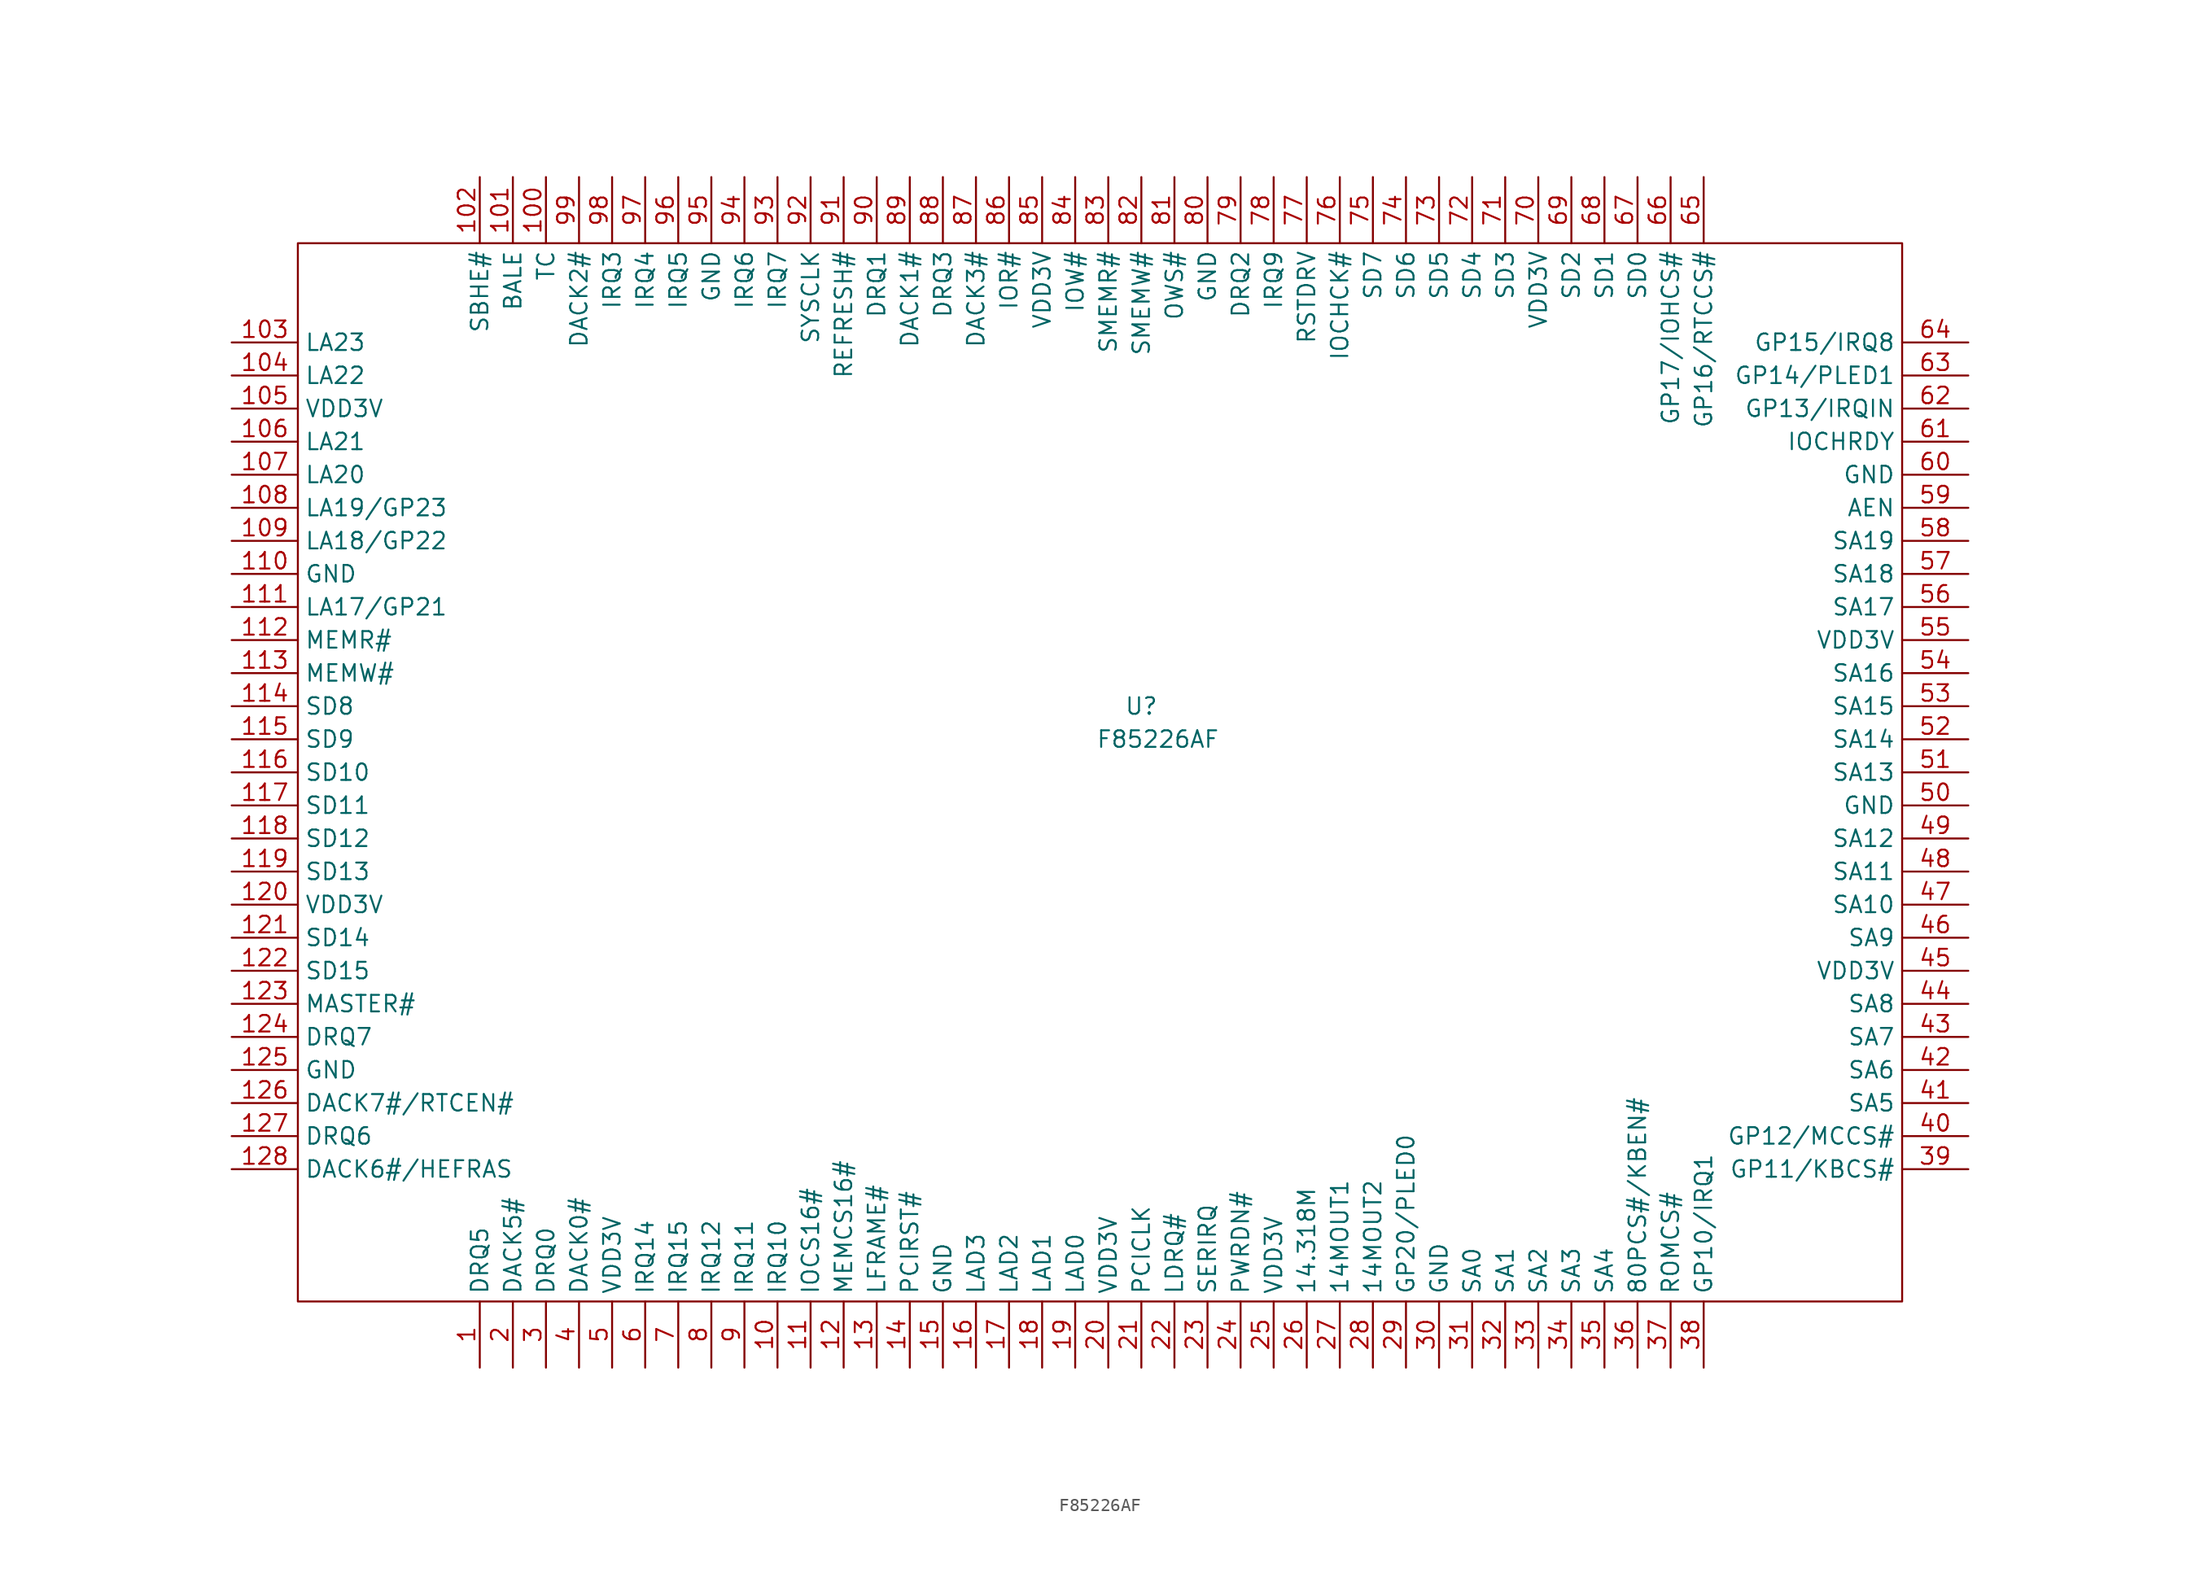
<source format=kicad_sym>
(kicad_symbol_lib
  (version 20211014)
  (generator kicad_symbol_editor)
  (symbol "F85226AF"
    (property "Reference" "U"
      (at -1.27 2.54 0)
      (effects (font (size 1.27 1.27))))
    (property "Value" "F85226AF"
      (at 0 0 0)
      (effects (font (size 1.27 1.27))))
    (symbol "F85226AF_0_0"
      (pin unspecified line (at -52.07 -48.26 90) (length 5.08) (name "DRQ5" (effects (font (size 1.27 1.27)))) (number "1" (effects (font (size 1.27 1.27)))))
      (pin unspecified line (at -29.21 -48.26 90) (length 5.08) (name "IRQ10" (effects (font (size 1.27 1.27)))) (number "10" (effects (font (size 1.27 1.27)))))
      (pin unspecified line (at -46.99 43.18 270) (length 5.08) (name "TC" (effects (font (size 1.27 1.27)))) (number "100" (effects (font (size 1.27 1.27)))))
      (pin unspecified line (at -49.53 43.18 270) (length 5.08) (name "BALE" (effects (font (size 1.27 1.27)))) (number "101" (effects (font (size 1.27 1.27)))))
      (pin unspecified line (at -52.07 43.18 270) (length 5.08) (name "SBHE#" (effects (font (size 1.27 1.27)))) (number "102" (effects (font (size 1.27 1.27)))))
      (pin unspecified line (at -71.12 30.48 0) (length 5.08) (name "LA23" (effects (font (size 1.27 1.27)))) (number "103" (effects (font (size 1.27 1.27)))))
      (pin unspecified line (at -71.12 27.94 0) (length 5.08) (name "LA22" (effects (font (size 1.27 1.27)))) (number "104" (effects (font (size 1.27 1.27)))))
      (pin unspecified line (at -71.12 25.4 0) (length 5.08) (name "VDD3V" (effects (font (size 1.27 1.27)))) (number "105" (effects (font (size 1.27 1.27)))))
      (pin unspecified line (at -71.12 22.86 0) (length 5.08) (name "LA21" (effects (font (size 1.27 1.27)))) (number "106" (effects (font (size 1.27 1.27)))))
      (pin unspecified line (at -71.12 20.32 0) (length 5.08) (name "LA20" (effects (font (size 1.27 1.27)))) (number "107" (effects (font (size 1.27 1.27)))))
      (pin unspecified line (at -71.12 17.78 0) (length 5.08) (name "LA19/GP23" (effects (font (size 1.27 1.27)))) (number "108" (effects (font (size 1.27 1.27)))))
      (pin unspecified line (at -71.12 15.24 0) (length 5.08) (name "LA18/GP22" (effects (font (size 1.27 1.27)))) (number "109" (effects (font (size 1.27 1.27)))))
      (pin unspecified line (at -26.67 -48.26 90) (length 5.08) (name "IOCS16#" (effects (font (size 1.27 1.27)))) (number "11" (effects (font (size 1.27 1.27)))))
      (pin unspecified line (at -71.12 12.7 0) (length 5.08) (name "GND" (effects (font (size 1.27 1.27)))) (number "110" (effects (font (size 1.27 1.27)))))
      (pin unspecified line (at -71.12 10.16 0) (length 5.08) (name "LA17/GP21" (effects (font (size 1.27 1.27)))) (number "111" (effects (font (size 1.27 1.27)))))
      (pin unspecified line (at -71.12 7.62 0) (length 5.08) (name "MEMR#" (effects (font (size 1.27 1.27)))) (number "112" (effects (font (size 1.27 1.27)))))
      (pin unspecified line (at -71.12 5.08 0) (length 5.08) (name "MEMW#" (effects (font (size 1.27 1.27)))) (number "113" (effects (font (size 1.27 1.27)))))
      (pin unspecified line (at -71.12 2.54 0) (length 5.08) (name "SD8" (effects (font (size 1.27 1.27)))) (number "114" (effects (font (size 1.27 1.27)))))
      (pin unspecified line (at -71.12 0 0) (length 5.08) (name "SD9" (effects (font (size 1.27 1.27)))) (number "115" (effects (font (size 1.27 1.27)))))
      (pin unspecified line (at -71.12 -2.54 0) (length 5.08) (name "SD10" (effects (font (size 1.27 1.27)))) (number "116" (effects (font (size 1.27 1.27)))))
      (pin unspecified line (at -71.12 -5.08 0) (length 5.08) (name "SD11" (effects (font (size 1.27 1.27)))) (number "117" (effects (font (size 1.27 1.27)))))
      (pin unspecified line (at -71.12 -7.62 0) (length 5.08) (name "SD12" (effects (font (size 1.27 1.27)))) (number "118" (effects (font (size 1.27 1.27)))))
      (pin unspecified line (at -71.12 -10.16 0) (length 5.08) (name "SD13" (effects (font (size 1.27 1.27)))) (number "119" (effects (font (size 1.27 1.27)))))
      (pin unspecified line (at -24.13 -48.26 90) (length 5.08) (name "MEMCS16#" (effects (font (size 1.27 1.27)))) (number "12" (effects (font (size 1.27 1.27)))))
      (pin unspecified line (at -71.12 -12.7 0) (length 5.08) (name "VDD3V" (effects (font (size 1.27 1.27)))) (number "120" (effects (font (size 1.27 1.27)))))
      (pin unspecified line (at -71.12 -15.24 0) (length 5.08) (name "SD14" (effects (font (size 1.27 1.27)))) (number "121" (effects (font (size 1.27 1.27)))))
      (pin unspecified line (at -71.12 -17.78 0) (length 5.08) (name "SD15" (effects (font (size 1.27 1.27)))) (number "122" (effects (font (size 1.27 1.27)))))
      (pin unspecified line (at -71.12 -20.32 0) (length 5.08) (name "MASTER#" (effects (font (size 1.27 1.27)))) (number "123" (effects (font (size 1.27 1.27)))))
      (pin unspecified line (at -71.12 -22.86 0) (length 5.08) (name "DRQ7" (effects (font (size 1.27 1.27)))) (number "124" (effects (font (size 1.27 1.27)))))
      (pin unspecified line (at -71.12 -25.4 0) (length 5.08) (name "GND" (effects (font (size 1.27 1.27)))) (number "125" (effects (font (size 1.27 1.27)))))
      (pin unspecified line (at -71.12 -27.94 0) (length 5.08) (name "DACK7#/RTCEN#" (effects (font (size 1.27 1.27)))) (number "126" (effects (font (size 1.27 1.27)))))
      (pin unspecified line (at -71.12 -30.48 0) (length 5.08) (name "DRQ6" (effects (font (size 1.27 1.27)))) (number "127" (effects (font (size 1.27 1.27)))))
      (pin unspecified line (at -71.12 -33.02 0) (length 5.08) (name "DACK6#/HEFRAS" (effects (font (size 1.27 1.27)))) (number "128" (effects (font (size 1.27 1.27)))))
      (pin unspecified line (at -21.59 -48.26 90) (length 5.08) (name "LFRAME#" (effects (font (size 1.27 1.27)))) (number "13" (effects (font (size 1.27 1.27)))))
      (pin unspecified line (at -19.05 -48.26 90) (length 5.08) (name "PCIRST#" (effects (font (size 1.27 1.27)))) (number "14" (effects (font (size 1.27 1.27)))))
      (pin unspecified line (at -16.51 -48.26 90) (length 5.08) (name "GND" (effects (font (size 1.27 1.27)))) (number "15" (effects (font (size 1.27 1.27)))))
      (pin unspecified line (at -13.97 -48.26 90) (length 5.08) (name "LAD3" (effects (font (size 1.27 1.27)))) (number "16" (effects (font (size 1.27 1.27)))))
      (pin unspecified line (at -11.43 -48.26 90) (length 5.08) (name "LAD2" (effects (font (size 1.27 1.27)))) (number "17" (effects (font (size 1.27 1.27)))))
      (pin unspecified line (at -8.89 -48.26 90) (length 5.08) (name "LAD1" (effects (font (size 1.27 1.27)))) (number "18" (effects (font (size 1.27 1.27)))))
      (pin unspecified line (at -6.35 -48.26 90) (length 5.08) (name "LAD0" (effects (font (size 1.27 1.27)))) (number "19" (effects (font (size 1.27 1.27)))))
      (pin unspecified line (at -49.53 -48.26 90) (length 5.08) (name "DACK5#" (effects (font (size 1.27 1.27)))) (number "2" (effects (font (size 1.27 1.27)))))
      (pin unspecified line (at -3.81 -48.26 90) (length 5.08) (name "VDD3V" (effects (font (size 1.27 1.27)))) (number "20" (effects (font (size 1.27 1.27)))))
      (pin unspecified line (at -1.27 -48.26 90) (length 5.08) (name "PCICLK" (effects (font (size 1.27 1.27)))) (number "21" (effects (font (size 1.27 1.27)))))
      (pin unspecified line (at 1.27 -48.26 90) (length 5.08) (name "LDRQ#" (effects (font (size 1.27 1.27)))) (number "22" (effects (font (size 1.27 1.27)))))
      (pin unspecified line (at 3.81 -48.26 90) (length 5.08) (name "SERIRQ" (effects (font (size 1.27 1.27)))) (number "23" (effects (font (size 1.27 1.27)))))
      (pin unspecified line (at 6.35 -48.26 90) (length 5.08) (name "PWRDN#" (effects (font (size 1.27 1.27)))) (number "24" (effects (font (size 1.27 1.27)))))
      (pin unspecified line (at 8.89 -48.26 90) (length 5.08) (name "VDD3V" (effects (font (size 1.27 1.27)))) (number "25" (effects (font (size 1.27 1.27)))))
      (pin unspecified line (at 11.43 -48.26 90) (length 5.08) (name "14.318M" (effects (font (size 1.27 1.27)))) (number "26" (effects (font (size 1.27 1.27)))))
      (pin unspecified line (at 13.97 -48.26 90) (length 5.08) (name "14MOUT1" (effects (font (size 1.27 1.27)))) (number "27" (effects (font (size 1.27 1.27)))))
      (pin unspecified line (at 16.51 -48.26 90) (length 5.08) (name "14MOUT2" (effects (font (size 1.27 1.27)))) (number "28" (effects (font (size 1.27 1.27)))))
      (pin unspecified line (at 19.05 -48.26 90) (length 5.08) (name "GP20/PLED0" (effects (font (size 1.27 1.27)))) (number "29" (effects (font (size 1.27 1.27)))))
      (pin unspecified line (at -46.99 -48.26 90) (length 5.08) (name "DRQ0" (effects (font (size 1.27 1.27)))) (number "3" (effects (font (size 1.27 1.27)))))
      (pin unspecified line (at 21.59 -48.26 90) (length 5.08) (name "GND" (effects (font (size 1.27 1.27)))) (number "30" (effects (font (size 1.27 1.27)))))
      (pin unspecified line (at 24.13 -48.26 90) (length 5.08) (name "SA0" (effects (font (size 1.27 1.27)))) (number "31" (effects (font (size 1.27 1.27)))))
      (pin unspecified line (at 26.67 -48.26 90) (length 5.08) (name "SA1" (effects (font (size 1.27 1.27)))) (number "32" (effects (font (size 1.27 1.27)))))
      (pin unspecified line (at 29.21 -48.26 90) (length 5.08) (name "SA2" (effects (font (size 1.27 1.27)))) (number "33" (effects (font (size 1.27 1.27)))))
      (pin unspecified line (at 31.75 -48.26 90) (length 5.08) (name "SA3" (effects (font (size 1.27 1.27)))) (number "34" (effects (font (size 1.27 1.27)))))
      (pin unspecified line (at 34.29 -48.26 90) (length 5.08) (name "SA4" (effects (font (size 1.27 1.27)))) (number "35" (effects (font (size 1.27 1.27)))))
      (pin unspecified line (at 36.83 -48.26 90) (length 5.08) (name "80PCS#/KBEN#" (effects (font (size 1.27 1.27)))) (number "36" (effects (font (size 1.27 1.27)))))
      (pin unspecified line (at 39.37 -48.26 90) (length 5.08) (name "ROMCS#" (effects (font (size 1.27 1.27)))) (number "37" (effects (font (size 1.27 1.27)))))
      (pin unspecified line (at 41.91 -48.26 90) (length 5.08) (name "GP10/IRQ1" (effects (font (size 1.27 1.27)))) (number "38" (effects (font (size 1.27 1.27)))))
      (pin unspecified line (at 62.23 -33.02 180) (length 5.08) (name "GP11/KBCS#" (effects (font (size 1.27 1.27)))) (number "39" (effects (font (size 1.27 1.27)))))
      (pin unspecified line (at -44.45 -48.26 90) (length 5.08) (name "DACK0#" (effects (font (size 1.27 1.27)))) (number "4" (effects (font (size 1.27 1.27)))))
      (pin unspecified line (at 62.23 -30.48 180) (length 5.08) (name "GP12/MCCS#" (effects (font (size 1.27 1.27)))) (number "40" (effects (font (size 1.27 1.27)))))
      (pin unspecified line (at 62.23 -27.94 180) (length 5.08) (name "SA5" (effects (font (size 1.27 1.27)))) (number "41" (effects (font (size 1.27 1.27)))))
      (pin unspecified line (at 62.23 -25.4 180) (length 5.08) (name "SA6" (effects (font (size 1.27 1.27)))) (number "42" (effects (font (size 1.27 1.27)))))
      (pin unspecified line (at 62.23 -22.86 180) (length 5.08) (name "SA7" (effects (font (size 1.27 1.27)))) (number "43" (effects (font (size 1.27 1.27)))))
      (pin unspecified line (at 62.23 -20.32 180) (length 5.08) (name "SA8" (effects (font (size 1.27 1.27)))) (number "44" (effects (font (size 1.27 1.27)))))
      (pin unspecified line (at 62.23 -17.78 180) (length 5.08) (name "VDD3V" (effects (font (size 1.27 1.27)))) (number "45" (effects (font (size 1.27 1.27)))))
      (pin unspecified line (at 62.23 -15.24 180) (length 5.08) (name "SA9" (effects (font (size 1.27 1.27)))) (number "46" (effects (font (size 1.27 1.27)))))
      (pin unspecified line (at 62.23 -12.7 180) (length 5.08) (name "SA10" (effects (font (size 1.27 1.27)))) (number "47" (effects (font (size 1.27 1.27)))))
      (pin unspecified line (at 62.23 -10.16 180) (length 5.08) (name "SA11" (effects (font (size 1.27 1.27)))) (number "48" (effects (font (size 1.27 1.27)))))
      (pin unspecified line (at 62.23 -7.62 180) (length 5.08) (name "SA12" (effects (font (size 1.27 1.27)))) (number "49" (effects (font (size 1.27 1.27)))))
      (pin unspecified line (at -41.91 -48.26 90) (length 5.08) (name "VDD3V" (effects (font (size 1.27 1.27)))) (number "5" (effects (font (size 1.27 1.27)))))
      (pin unspecified line (at 62.23 -5.08 180) (length 5.08) (name "GND" (effects (font (size 1.27 1.27)))) (number "50" (effects (font (size 1.27 1.27)))))
      (pin unspecified line (at 62.23 -2.54 180) (length 5.08) (name "SA13" (effects (font (size 1.27 1.27)))) (number "51" (effects (font (size 1.27 1.27)))))
      (pin unspecified line (at 62.23 0 180) (length 5.08) (name "SA14" (effects (font (size 1.27 1.27)))) (number "52" (effects (font (size 1.27 1.27)))))
      (pin unspecified line (at 62.23 2.54 180) (length 5.08) (name "SA15" (effects (font (size 1.27 1.27)))) (number "53" (effects (font (size 1.27 1.27)))))
      (pin unspecified line (at 62.23 5.08 180) (length 5.08) (name "SA16" (effects (font (size 1.27 1.27)))) (number "54" (effects (font (size 1.27 1.27)))))
      (pin unspecified line (at 62.23 7.62 180) (length 5.08) (name "VDD3V" (effects (font (size 1.27 1.27)))) (number "55" (effects (font (size 1.27 1.27)))))
      (pin unspecified line (at 62.23 10.16 180) (length 5.08) (name "SA17" (effects (font (size 1.27 1.27)))) (number "56" (effects (font (size 1.27 1.27)))))
      (pin unspecified line (at 62.23 12.7 180) (length 5.08) (name "SA18" (effects (font (size 1.27 1.27)))) (number "57" (effects (font (size 1.27 1.27)))))
      (pin unspecified line (at 62.23 15.24 180) (length 5.08) (name "SA19" (effects (font (size 1.27 1.27)))) (number "58" (effects (font (size 1.27 1.27)))))
      (pin unspecified line (at 62.23 17.78 180) (length 5.08) (name "AEN" (effects (font (size 1.27 1.27)))) (number "59" (effects (font (size 1.27 1.27)))))
      (pin unspecified line (at -39.37 -48.26 90) (length 5.08) (name "IRQ14" (effects (font (size 1.27 1.27)))) (number "6" (effects (font (size 1.27 1.27)))))
      (pin unspecified line (at 62.23 20.32 180) (length 5.08) (name "GND" (effects (font (size 1.27 1.27)))) (number "60" (effects (font (size 1.27 1.27)))))
      (pin unspecified line (at 62.23 22.86 180) (length 5.08) (name "IOCHRDY" (effects (font (size 1.27 1.27)))) (number "61" (effects (font (size 1.27 1.27)))))
      (pin unspecified line (at 62.23 25.4 180) (length 5.08) (name "GP13/IRQIN" (effects (font (size 1.27 1.27)))) (number "62" (effects (font (size 1.27 1.27)))))
      (pin unspecified line (at 62.23 27.94 180) (length 5.08) (name "GP14/PLED1" (effects (font (size 1.27 1.27)))) (number "63" (effects (font (size 1.27 1.27)))))
      (pin unspecified line (at 62.23 30.48 180) (length 5.08) (name "GP15/IRQ8" (effects (font (size 1.27 1.27)))) (number "64" (effects (font (size 1.27 1.27)))))
      (pin unspecified line (at 41.91 43.18 270) (length 5.08) (name "GP16/RTCCS#" (effects (font (size 1.27 1.27)))) (number "65" (effects (font (size 1.27 1.27)))))
      (pin unspecified line (at 39.37 43.18 270) (length 5.08) (name "GP17/IOHCS#" (effects (font (size 1.27 1.27)))) (number "66" (effects (font (size 1.27 1.27)))))
      (pin unspecified line (at 36.83 43.18 270) (length 5.08) (name "SD0" (effects (font (size 1.27 1.27)))) (number "67" (effects (font (size 1.27 1.27)))))
      (pin unspecified line (at 34.29 43.18 270) (length 5.08) (name "SD1" (effects (font (size 1.27 1.27)))) (number "68" (effects (font (size 1.27 1.27)))))
      (pin unspecified line (at 31.75 43.18 270) (length 5.08) (name "SD2" (effects (font (size 1.27 1.27)))) (number "69" (effects (font (size 1.27 1.27)))))
      (pin unspecified line (at -36.83 -48.26 90) (length 5.08) (name "IRQ15" (effects (font (size 1.27 1.27)))) (number "7" (effects (font (size 1.27 1.27)))))
      (pin unspecified line (at 29.21 43.18 270) (length 5.08) (name "VDD3V" (effects (font (size 1.27 1.27)))) (number "70" (effects (font (size 1.27 1.27)))))
      (pin unspecified line (at 26.67 43.18 270) (length 5.08) (name "SD3" (effects (font (size 1.27 1.27)))) (number "71" (effects (font (size 1.27 1.27)))))
      (pin unspecified line (at 24.13 43.18 270) (length 5.08) (name "SD4" (effects (font (size 1.27 1.27)))) (number "72" (effects (font (size 1.27 1.27)))))
      (pin unspecified line (at 21.59 43.18 270) (length 5.08) (name "SD5" (effects (font (size 1.27 1.27)))) (number "73" (effects (font (size 1.27 1.27)))))
      (pin unspecified line (at 19.05 43.18 270) (length 5.08) (name "SD6" (effects (font (size 1.27 1.27)))) (number "74" (effects (font (size 1.27 1.27)))))
      (pin unspecified line (at 16.51 43.18 270) (length 5.08) (name "SD7" (effects (font (size 1.27 1.27)))) (number "75" (effects (font (size 1.27 1.27)))))
      (pin unspecified line (at 13.97 43.18 270) (length 5.08) (name "IOCHCK#" (effects (font (size 1.27 1.27)))) (number "76" (effects (font (size 1.27 1.27)))))
      (pin unspecified line (at 11.43 43.18 270) (length 5.08) (name "RSTDRV" (effects (font (size 1.27 1.27)))) (number "77" (effects (font (size 1.27 1.27)))))
      (pin unspecified line (at 8.89 43.18 270) (length 5.08) (name "IRQ9" (effects (font (size 1.27 1.27)))) (number "78" (effects (font (size 1.27 1.27)))))
      (pin unspecified line (at 6.35 43.18 270) (length 5.08) (name "DRQ2" (effects (font (size 1.27 1.27)))) (number "79" (effects (font (size 1.27 1.27)))))
      (pin unspecified line (at -34.29 -48.26 90) (length 5.08) (name "IRQ12" (effects (font (size 1.27 1.27)))) (number "8" (effects (font (size 1.27 1.27)))))
      (pin unspecified line (at 3.81 43.18 270) (length 5.08) (name "GND" (effects (font (size 1.27 1.27)))) (number "80" (effects (font (size 1.27 1.27)))))
      (pin unspecified line (at 1.27 43.18 270) (length 5.08) (name "OWS#" (effects (font (size 1.27 1.27)))) (number "81" (effects (font (size 1.27 1.27)))))
      (pin unspecified line (at -1.27 43.18 270) (length 5.08) (name "SMEMW#" (effects (font (size 1.27 1.27)))) (number "82" (effects (font (size 1.27 1.27)))))
      (pin unspecified line (at -3.81 43.18 270) (length 5.08) (name "SMEMR#" (effects (font (size 1.27 1.27)))) (number "83" (effects (font (size 1.27 1.27)))))
      (pin unspecified line (at -6.35 43.18 270) (length 5.08) (name "IOW#" (effects (font (size 1.27 1.27)))) (number "84" (effects (font (size 1.27 1.27)))))
      (pin unspecified line (at -8.89 43.18 270) (length 5.08) (name "VDD3V" (effects (font (size 1.27 1.27)))) (number "85" (effects (font (size 1.27 1.27)))))
      (pin unspecified line (at -11.43 43.18 270) (length 5.08) (name "IOR#" (effects (font (size 1.27 1.27)))) (number "86" (effects (font (size 1.27 1.27)))))
      (pin unspecified line (at -13.97 43.18 270) (length 5.08) (name "DACK3#" (effects (font (size 1.27 1.27)))) (number "87" (effects (font (size 1.27 1.27)))))
      (pin unspecified line (at -16.51 43.18 270) (length 5.08) (name "DRQ3" (effects (font (size 1.27 1.27)))) (number "88" (effects (font (size 1.27 1.27)))))
      (pin unspecified line (at -19.05 43.18 270) (length 5.08) (name "DACK1#" (effects (font (size 1.27 1.27)))) (number "89" (effects (font (size 1.27 1.27)))))
      (pin unspecified line (at -31.75 -48.26 90) (length 5.08) (name "IRQ11" (effects (font (size 1.27 1.27)))) (number "9" (effects (font (size 1.27 1.27)))))
      (pin unspecified line (at -21.59 43.18 270) (length 5.08) (name "DRQ1" (effects (font (size 1.27 1.27)))) (number "90" (effects (font (size 1.27 1.27)))))
      (pin unspecified line (at -24.13 43.18 270) (length 5.08) (name "REFRESH#" (effects (font (size 1.27 1.27)))) (number "91" (effects (font (size 1.27 1.27)))))
      (pin unspecified line (at -26.67 43.18 270) (length 5.08) (name "SYSCLK" (effects (font (size 1.27 1.27)))) (number "92" (effects (font (size 1.27 1.27)))))
      (pin unspecified line (at -29.21 43.18 270) (length 5.08) (name "IRQ7" (effects (font (size 1.27 1.27)))) (number "93" (effects (font (size 1.27 1.27)))))
      (pin unspecified line (at -31.75 43.18 270) (length 5.08) (name "IRQ6" (effects (font (size 1.27 1.27)))) (number "94" (effects (font (size 1.27 1.27)))))
      (pin unspecified line (at -34.29 43.18 270) (length 5.08) (name "GND" (effects (font (size 1.27 1.27)))) (number "95" (effects (font (size 1.27 1.27)))))
      (pin unspecified line (at -36.83 43.18 270) (length 5.08) (name "IRQ5" (effects (font (size 1.27 1.27)))) (number "96" (effects (font (size 1.27 1.27)))))
      (pin unspecified line (at -39.37 43.18 270) (length 5.08) (name "IRQ4" (effects (font (size 1.27 1.27)))) (number "97" (effects (font (size 1.27 1.27)))))
      (pin unspecified line (at -41.91 43.18 270) (length 5.08) (name "IRQ3" (effects (font (size 1.27 1.27)))) (number "98" (effects (font (size 1.27 1.27)))))
      (pin unspecified line (at -44.45 43.18 270) (length 5.08) (name "DACK2#" (effects (font (size 1.27 1.27)))) (number "99" (effects (font (size 1.27 1.27))))))
    (symbol "F85226AF_0_1"
      (rectangle (start -66.04 38.1) (end 57.15 -43.18) (stroke (width 0) (type default) (color 0 0 0 0)) (fill (type none))))))
</source>
